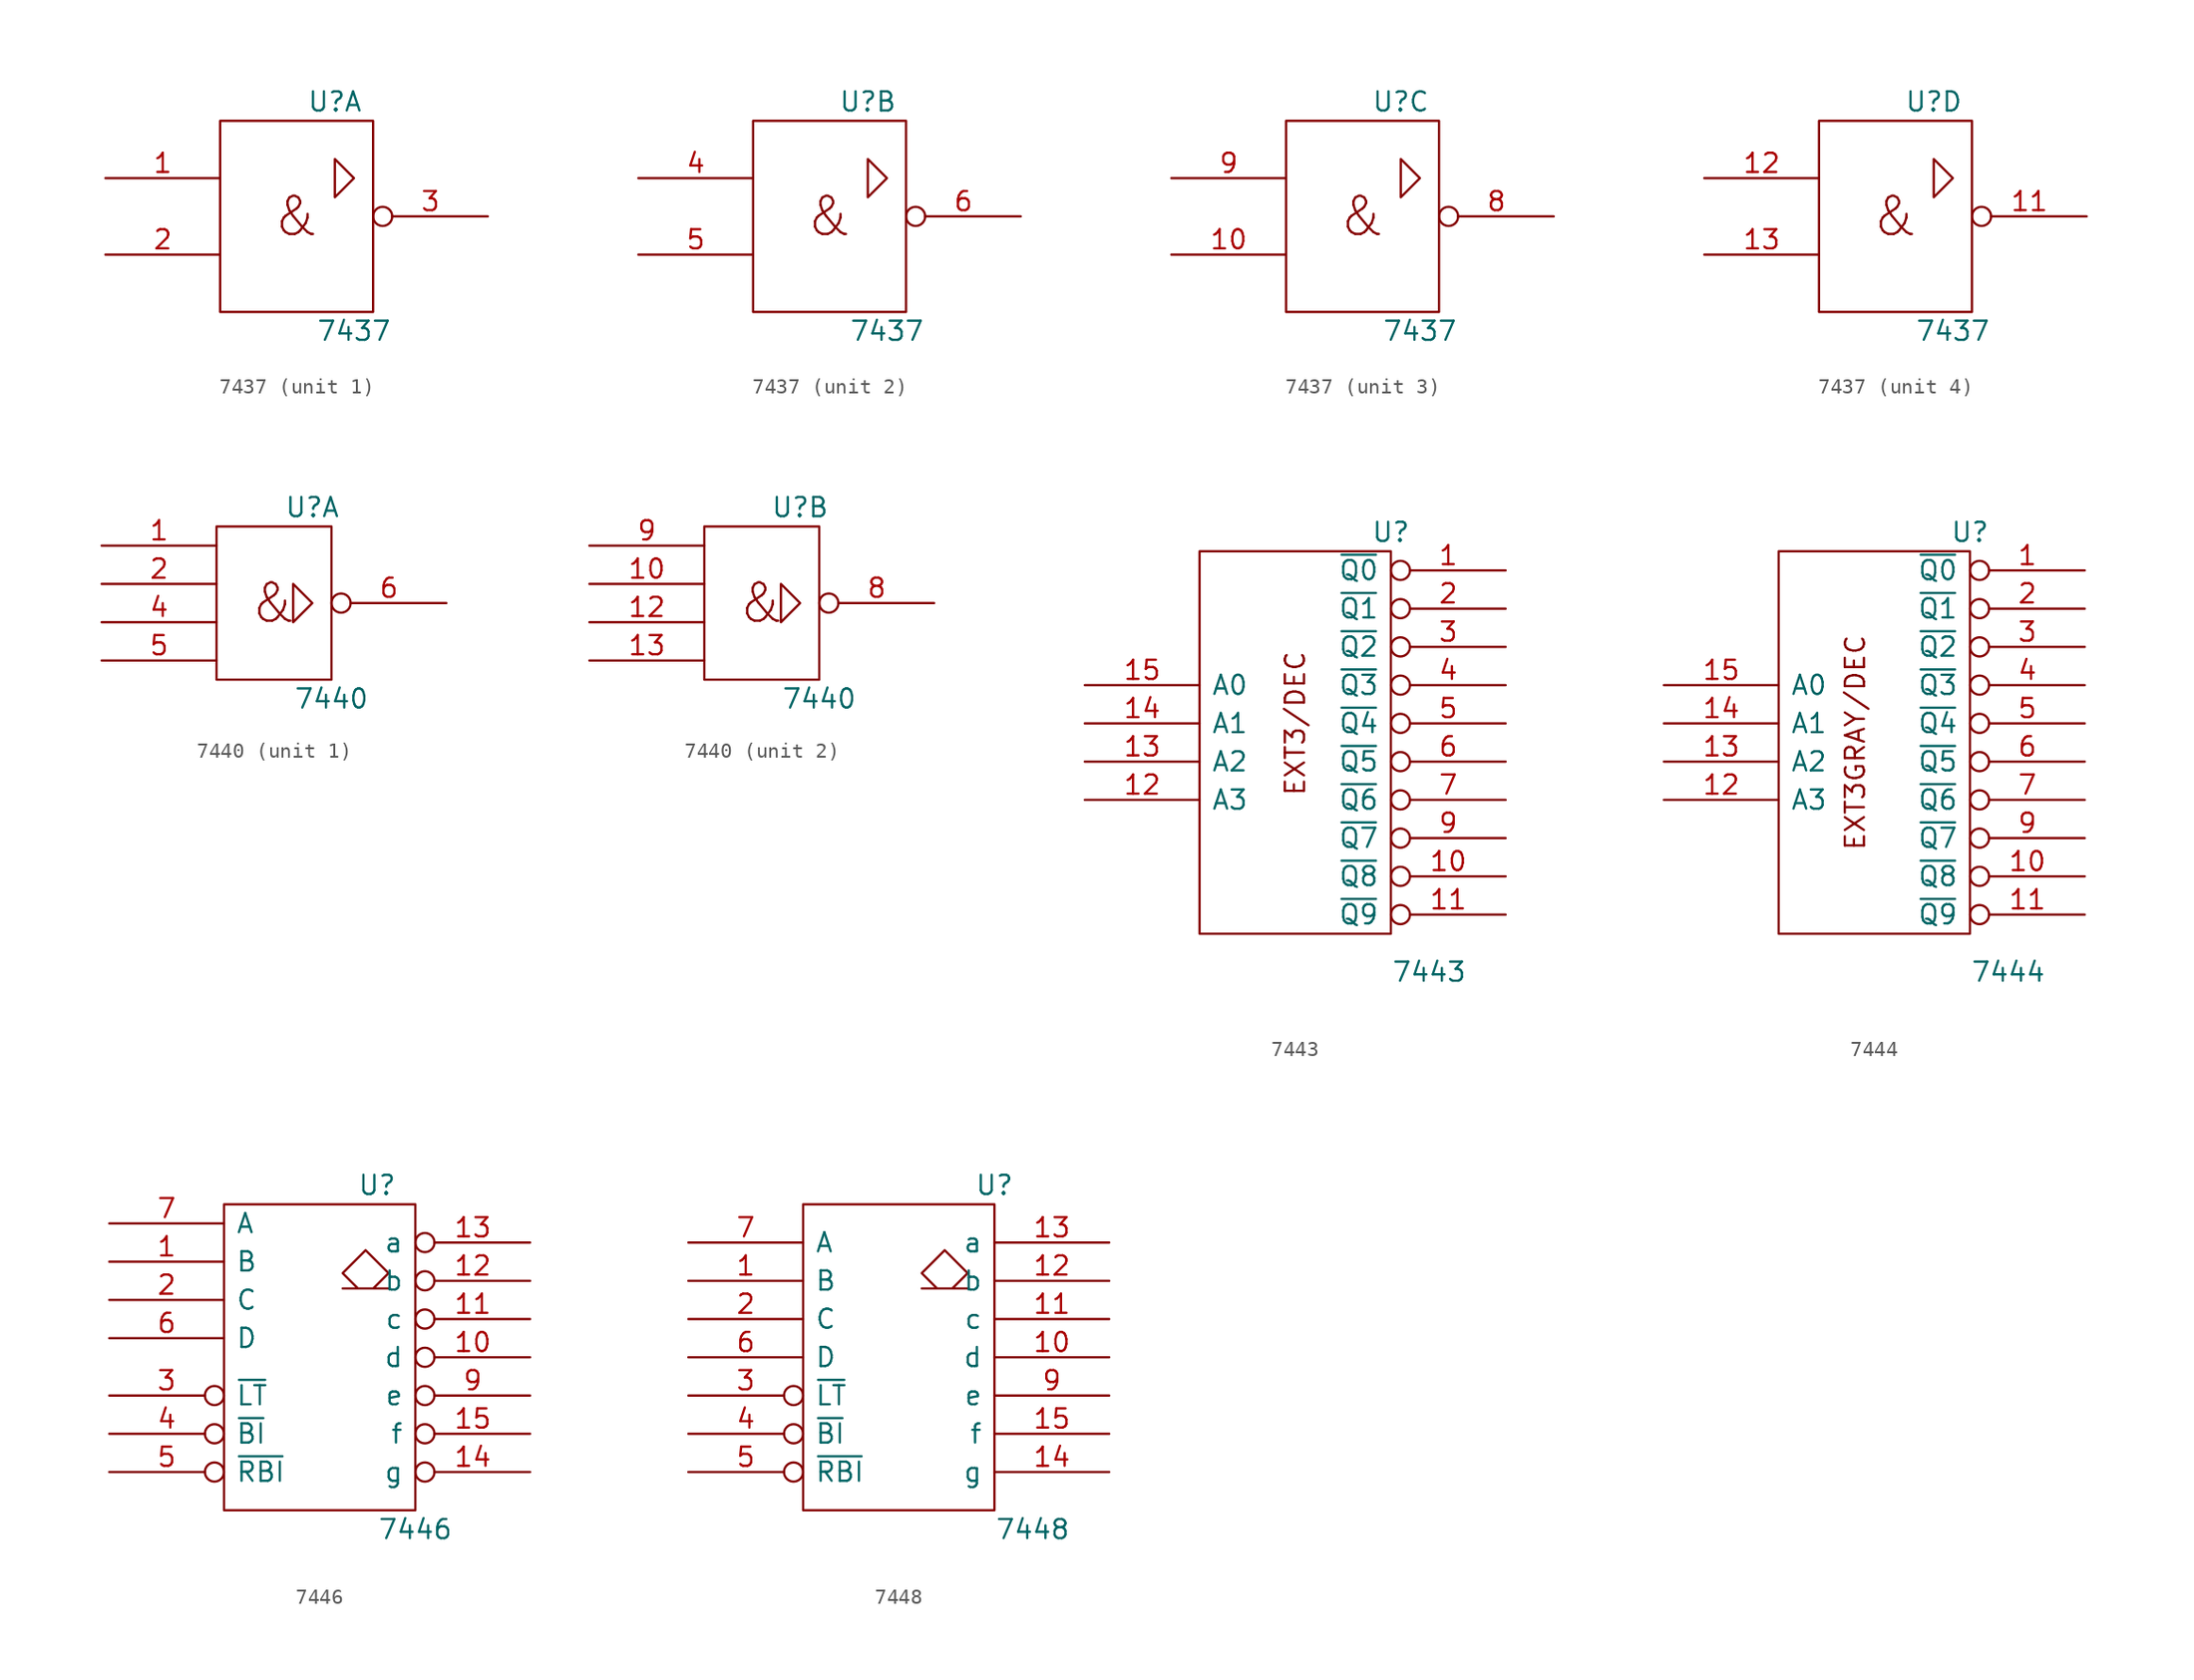
<source format=kicad_sym>
(kicad_symbol_lib
  (version 20211014)
  (generator kicad_symbol_editor)
  (symbol "7437"
    (pin_names
      (offset 0.762))
    (property "Reference" "U"
      (at 2.54 7.62 0)
      (effects (font (size 1.27 1.27))))
    (property "Value" "7437"
      (at 3.81 -7.62 0)
      (effects (font (size 1.27 1.27))))
    (symbol "7437_0_0"
      (polyline (pts (xy 2.54 3.81) (xy 2.54 1.27) (xy 3.81 2.54) (xy 2.54 3.81) (xy 2.54 3.81)) (stroke (width 0) (type default) (color 0 0 0 0)) (fill (type none)))
      (text "&" (at 0 0 0) (effects (font (size 2.54 2.54))))
      (pin power_in line (at 0 -6.35 90) (length 0) hide (name "GND" (effects (font (size 1.27 1.27)))) (number "7" (effects (font (size 1.27 1.27))))))
    (symbol "7437_0_1"
      (rectangle (start -5.08 6.35) (end 5.08 -6.35) (stroke (width 0) (type default) (color 0 0 0 0)) (fill (type none)))
      (pin power_in line (at 0 6.35 270) (length 0) hide (name "Vcc" (effects (font (size 1.27 1.27)))) (number "14" (effects (font (size 1.27 1.27))))))
    (symbol "7437_1_1"
      (pin input line (at -12.7 2.54 0) (length 7.62) (name "~" (effects (font (size 1.27 1.27)))) (number "1" (effects (font (size 1.27 1.27)))))
      (pin input line (at -12.7 -2.54 0) (length 7.62) (name "~" (effects (font (size 1.27 1.27)))) (number "2" (effects (font (size 1.27 1.27)))))
      (pin output inverted (at 12.7 0 180) (length 7.62) (name "~" (effects (font (size 1.27 1.27)))) (number "3" (effects (font (size 1.27 1.27))))))
    (symbol "7437_2_1"
      (pin input line (at -12.7 2.54 0) (length 7.62) (name "~" (effects (font (size 1.27 1.27)))) (number "4" (effects (font (size 1.27 1.27)))))
      (pin input line (at -12.7 -2.54 0) (length 7.62) (name "~" (effects (font (size 1.27 1.27)))) (number "5" (effects (font (size 1.27 1.27)))))
      (pin output inverted (at 12.7 0 180) (length 7.62) (name "~" (effects (font (size 1.27 1.27)))) (number "6" (effects (font (size 1.27 1.27))))))
    (symbol "7437_3_1"
      (pin input line (at -12.7 -2.54 0) (length 7.62) (name "~" (effects (font (size 1.27 1.27)))) (number "10" (effects (font (size 1.27 1.27)))))
      (pin output inverted (at 12.7 0 180) (length 7.62) (name "~" (effects (font (size 1.27 1.27)))) (number "8" (effects (font (size 1.27 1.27)))))
      (pin input line (at -12.7 2.54 0) (length 7.62) (name "~" (effects (font (size 1.27 1.27)))) (number "9" (effects (font (size 1.27 1.27))))))
    (symbol "7437_4_1"
      (pin output inverted (at 12.7 0 180) (length 7.62) (name "~" (effects (font (size 1.27 1.27)))) (number "11" (effects (font (size 1.27 1.27)))))
      (pin input line (at -12.7 2.54 0) (length 7.62) (name "~" (effects (font (size 1.27 1.27)))) (number "12" (effects (font (size 1.27 1.27)))))
      (pin input line (at -12.7 -2.54 0) (length 7.62) (name "~" (effects (font (size 1.27 1.27)))) (number "13" (effects (font (size 1.27 1.27)))))))
  (symbol "7440"
    (pin_names
      (offset 0.762))
    (property "Reference" "U"
      (at 2.54 6.35 0)
      (effects (font (size 1.27 1.27))))
    (property "Value" "7440"
      (at 3.81 -6.35 0)
      (effects (font (size 1.27 1.27))))
    (symbol "7440_0_0"
      (text "&" (at 0 0 0) (effects (font (size 2.54 2.54)))))
    (symbol "7440_0_1"
      (rectangle (start -3.81 5.08) (end 3.81 -5.08) (stroke (width 0) (type default) (color 0 0 0 0)) (fill (type none)))
      (polyline (pts (xy 1.27 1.27) (xy 1.27 -1.27) (xy 2.54 0) (xy 1.27 1.27) (xy 1.27 1.27)) (stroke (width 0) (type default) (color 0 0 0 0)) (fill (type none)))
      (pin power_in line (at 0 5.08 270) (length 0) hide (name "Vcc" (effects (font (size 1.27 1.27)))) (number "14" (effects (font (size 1.27 1.27)))))
      (pin power_in line (at 0 -5.08 90) (length 0) hide (name "Gnd" (effects (font (size 1.27 1.27)))) (number "7" (effects (font (size 1.27 1.27))))))
    (symbol "7440_1_1"
      (pin input line (at -11.43 3.81 0) (length 7.62) (name "~" (effects (font (size 1.27 1.27)))) (number "1" (effects (font (size 1.27 1.27)))))
      (pin input line (at -11.43 1.27 0) (length 7.62) (name "~" (effects (font (size 1.27 1.27)))) (number "2" (effects (font (size 1.27 1.27)))))
      (pin input line (at -11.43 -1.27 0) (length 7.62) (name "~" (effects (font (size 1.27 1.27)))) (number "4" (effects (font (size 1.27 1.27)))))
      (pin input line (at -11.43 -3.81 0) (length 7.62) (name "~" (effects (font (size 1.27 1.27)))) (number "5" (effects (font (size 1.27 1.27)))))
      (pin output inverted (at 11.43 0 180) (length 7.62) (name "~" (effects (font (size 1.27 1.27)))) (number "6" (effects (font (size 1.27 1.27))))))
    (symbol "7440_2_1"
      (pin input line (at -11.43 1.27 0) (length 7.62) (name "~" (effects (font (size 1.27 1.27)))) (number "10" (effects (font (size 1.27 1.27)))))
      (pin input line (at -11.43 -1.27 0) (length 7.62) (name "~" (effects (font (size 1.27 1.27)))) (number "12" (effects (font (size 1.27 1.27)))))
      (pin input line (at -11.43 -3.81 0) (length 7.62) (name "~" (effects (font (size 1.27 1.27)))) (number "13" (effects (font (size 1.27 1.27)))))
      (pin output inverted (at 11.43 0 180) (length 7.62) (name "~" (effects (font (size 1.27 1.27)))) (number "8" (effects (font (size 1.27 1.27)))))
      (pin input line (at -11.43 3.81 0) (length 7.62) (name "~" (effects (font (size 1.27 1.27)))) (number "9" (effects (font (size 1.27 1.27)))))))
  (symbol "7443"
    (pin_names
      (offset 0.762))
    (property "Reference" "U"
      (at 6.35 13.97 0)
      (effects (font (size 1.27 1.27))))
    (property "Value" "7443"
      (at 8.89 -15.24 0)
      (effects (font (size 1.27 1.27))))
    (symbol "7443_0_0"
      (rectangle (start -6.35 12.7) (end 6.35 -12.7) (stroke (width 0) (type default) (color 0 0 0 0)) (fill (type none)))
      (text "EXT3/DEC" (at 0 1.27 900) (effects (font (size 1.27 1.27))))
      (pin power_in line (at 0 12.7 270) (length 0) hide (name "VCC" (effects (font (size 1.27 1.27)))) (number "16" (effects (font (size 1.27 1.27)))))
      (pin power_in line (at 0 -12.7 90) (length 0) hide (name "GND" (effects (font (size 1.27 1.27)))) (number "8" (effects (font (size 1.27 1.27))))))
    (symbol "7443_1_1"
      (pin output inverted (at 13.97 11.43 180) (length 7.62) (name "~{Q0}" (effects (font (size 1.27 1.27)))) (number "1" (effects (font (size 1.27 1.27)))))
      (pin output inverted (at 13.97 -8.89 180) (length 7.62) (name "~{Q8}" (effects (font (size 1.27 1.27)))) (number "10" (effects (font (size 1.27 1.27)))))
      (pin output inverted (at 13.97 -11.43 180) (length 7.62) (name "~{Q9}" (effects (font (size 1.27 1.27)))) (number "11" (effects (font (size 1.27 1.27)))))
      (pin input line (at -13.97 -3.81 0) (length 7.62) (name "A3" (effects (font (size 1.27 1.27)))) (number "12" (effects (font (size 1.27 1.27)))))
      (pin input line (at -13.97 -1.27 0) (length 7.62) (name "A2" (effects (font (size 1.27 1.27)))) (number "13" (effects (font (size 1.27 1.27)))))
      (pin input line (at -13.97 1.27 0) (length 7.62) (name "A1" (effects (font (size 1.27 1.27)))) (number "14" (effects (font (size 1.27 1.27)))))
      (pin input line (at -13.97 3.81 0) (length 7.62) (name "A0" (effects (font (size 1.27 1.27)))) (number "15" (effects (font (size 1.27 1.27)))))
      (pin output inverted (at 13.97 8.89 180) (length 7.62) (name "~{Q1}" (effects (font (size 1.27 1.27)))) (number "2" (effects (font (size 1.27 1.27)))))
      (pin output inverted (at 13.97 6.35 180) (length 7.62) (name "~{Q2}" (effects (font (size 1.27 1.27)))) (number "3" (effects (font (size 1.27 1.27)))))
      (pin output inverted (at 13.97 3.81 180) (length 7.62) (name "~{Q3}" (effects (font (size 1.27 1.27)))) (number "4" (effects (font (size 1.27 1.27)))))
      (pin output inverted (at 13.97 1.27 180) (length 7.62) (name "~{Q4}" (effects (font (size 1.27 1.27)))) (number "5" (effects (font (size 1.27 1.27)))))
      (pin output inverted (at 13.97 -1.27 180) (length 7.62) (name "~{Q5}" (effects (font (size 1.27 1.27)))) (number "6" (effects (font (size 1.27 1.27)))))
      (pin output inverted (at 13.97 -3.81 180) (length 7.62) (name "~{Q6}" (effects (font (size 1.27 1.27)))) (number "7" (effects (font (size 1.27 1.27)))))
      (pin output inverted (at 13.97 -6.35 180) (length 7.62) (name "~{Q7}" (effects (font (size 1.27 1.27)))) (number "9" (effects (font (size 1.27 1.27)))))))
  (symbol "7444"
    (pin_names
      (offset 0.762))
    (property "Reference" "U"
      (at 6.35 13.97 0)
      (effects (font (size 1.27 1.27))))
    (property "Value" "7444"
      (at 8.89 -15.24 0)
      (effects (font (size 1.27 1.27))))
    (symbol "7444_0_0"
      (rectangle (start -6.35 12.7) (end 6.35 -12.7) (stroke (width 0) (type default) (color 0 0 0 0)) (fill (type none)))
      (text "EXT3GRAY/DEC" (at -1.27 0 900) (effects (font (size 1.27 1.27))))
      (pin power_in line (at 0 12.7 270) (length 0) hide (name "VCC" (effects (font (size 1.27 1.27)))) (number "16" (effects (font (size 1.27 1.27)))))
      (pin power_in line (at 0 -12.7 90) (length 0) hide (name "GND" (effects (font (size 1.27 1.27)))) (number "8" (effects (font (size 1.27 1.27))))))
    (symbol "7444_1_1"
      (pin output inverted (at 13.97 11.43 180) (length 7.62) (name "~{Q0}" (effects (font (size 1.27 1.27)))) (number "1" (effects (font (size 1.27 1.27)))))
      (pin output inverted (at 13.97 -8.89 180) (length 7.62) (name "~{Q8}" (effects (font (size 1.27 1.27)))) (number "10" (effects (font (size 1.27 1.27)))))
      (pin output inverted (at 13.97 -11.43 180) (length 7.62) (name "~{Q9}" (effects (font (size 1.27 1.27)))) (number "11" (effects (font (size 1.27 1.27)))))
      (pin input line (at -13.97 -3.81 0) (length 7.62) (name "A3" (effects (font (size 1.27 1.27)))) (number "12" (effects (font (size 1.27 1.27)))))
      (pin input line (at -13.97 -1.27 0) (length 7.62) (name "A2" (effects (font (size 1.27 1.27)))) (number "13" (effects (font (size 1.27 1.27)))))
      (pin input line (at -13.97 1.27 0) (length 7.62) (name "A1" (effects (font (size 1.27 1.27)))) (number "14" (effects (font (size 1.27 1.27)))))
      (pin input line (at -13.97 3.81 0) (length 7.62) (name "A0" (effects (font (size 1.27 1.27)))) (number "15" (effects (font (size 1.27 1.27)))))
      (pin output inverted (at 13.97 8.89 180) (length 7.62) (name "~{Q1}" (effects (font (size 1.27 1.27)))) (number "2" (effects (font (size 1.27 1.27)))))
      (pin output inverted (at 13.97 6.35 180) (length 7.62) (name "~{Q2}" (effects (font (size 1.27 1.27)))) (number "3" (effects (font (size 1.27 1.27)))))
      (pin output inverted (at 13.97 3.81 180) (length 7.62) (name "~{Q3}" (effects (font (size 1.27 1.27)))) (number "4" (effects (font (size 1.27 1.27)))))
      (pin output inverted (at 13.97 1.27 180) (length 7.62) (name "~{Q4}" (effects (font (size 1.27 1.27)))) (number "5" (effects (font (size 1.27 1.27)))))
      (pin output inverted (at 13.97 -1.27 180) (length 7.62) (name "~{Q5}" (effects (font (size 1.27 1.27)))) (number "6" (effects (font (size 1.27 1.27)))))
      (pin output inverted (at 13.97 -3.81 180) (length 7.62) (name "~{Q6}" (effects (font (size 1.27 1.27)))) (number "7" (effects (font (size 1.27 1.27)))))
      (pin output inverted (at 13.97 -6.35 180) (length 7.62) (name "~{Q7}" (effects (font (size 1.27 1.27)))) (number "9" (effects (font (size 1.27 1.27)))))))
  (symbol "7446"
    (pin_names
      (offset 0.762))
    (property "Reference" "U"
      (at 3.81 11.43 0)
      (effects (font (size 1.27 1.27))))
    (property "Value" "7446"
      (at 6.35 -11.43 0)
      (effects (font (size 1.27 1.27))))
    (symbol "7446_0_0"
      (rectangle (start -6.35 10.16) (end 6.35 -10.16) (stroke (width 0) (type default) (color 0 0 0 0)) (fill (type none)))
      (polyline (pts (xy 3.556 4.572) (xy 4.572 5.588) (xy 3.048 7.112) (xy 1.524 5.588) (xy 2.54 4.572) (xy 1.524 4.572) (xy 4.572 4.572) (xy 4.572 4.572)) (stroke (width 0) (type default) (color 0 0 0 0)) (fill (type none)))
      (pin power_in line (at 0 10.16 270) (length 0) hide (name "VCC" (effects (font (size 1.27 1.27)))) (number "16" (effects (font (size 1.27 1.27)))))
      (pin power_in line (at 0 -10.16 90) (length 0) hide (name "GND" (effects (font (size 1.27 1.27)))) (number "8" (effects (font (size 1.27 1.27))))))
    (symbol "7446_1_1"
      (pin input line (at -13.97 6.35 0) (length 7.62) (name "B" (effects (font (size 1.27 1.27)))) (number "1" (effects (font (size 1.27 1.27)))))
      (pin open_collector inverted (at 13.97 0 180) (length 7.62) (name "d" (effects (font (size 1.27 1.27)))) (number "10" (effects (font (size 1.27 1.27)))))
      (pin open_collector inverted (at 13.97 2.54 180) (length 7.62) (name "c" (effects (font (size 1.27 1.27)))) (number "11" (effects (font (size 1.27 1.27)))))
      (pin open_collector inverted (at 13.97 5.08 180) (length 7.62) (name "b" (effects (font (size 1.27 1.27)))) (number "12" (effects (font (size 1.27 1.27)))))
      (pin open_collector inverted (at 13.97 7.62 180) (length 7.62) (name "a" (effects (font (size 1.27 1.27)))) (number "13" (effects (font (size 1.27 1.27)))))
      (pin open_collector inverted (at 13.97 -7.62 180) (length 7.62) (name "g" (effects (font (size 1.27 1.27)))) (number "14" (effects (font (size 1.27 1.27)))))
      (pin open_collector inverted (at 13.97 -5.08 180) (length 7.62) (name "f" (effects (font (size 1.27 1.27)))) (number "15" (effects (font (size 1.27 1.27)))))
      (pin input line (at -13.97 3.81 0) (length 7.62) (name "C" (effects (font (size 1.27 1.27)))) (number "2" (effects (font (size 1.27 1.27)))))
      (pin input inverted (at -13.97 -2.54 0) (length 7.62) (name "~{LT}" (effects (font (size 1.27 1.27)))) (number "3" (effects (font (size 1.27 1.27)))))
      (pin input inverted (at -13.97 -5.08 0) (length 7.62) (name "~{BI}" (effects (font (size 1.27 1.27)))) (number "4" (effects (font (size 1.27 1.27)))))
      (pin input inverted (at -13.97 -7.62 0) (length 7.62) (name "~{RBI}" (effects (font (size 1.27 1.27)))) (number "5" (effects (font (size 1.27 1.27)))))
      (pin input line (at -13.97 1.27 0) (length 7.62) (name "D" (effects (font (size 1.27 1.27)))) (number "6" (effects (font (size 1.27 1.27)))))
      (pin input line (at -13.97 8.89 0) (length 7.62) (name "A" (effects (font (size 1.27 1.27)))) (number "7" (effects (font (size 1.27 1.27)))))
      (pin open_collector inverted (at 13.97 -2.54 180) (length 7.62) (name "e" (effects (font (size 1.27 1.27)))) (number "9" (effects (font (size 1.27 1.27)))))))
  (symbol "7448"
    (pin_names
      (offset 0.762))
    (property "Reference" "U"
      (at 6.35 11.43 0)
      (effects (font (size 1.27 1.27))))
    (property "Value" "7448"
      (at 8.89 -11.43 0)
      (effects (font (size 1.27 1.27))))
    (symbol "7448_0_0"
      (rectangle (start -6.35 10.16) (end 6.35 -10.16) (stroke (width 0) (type default) (color 0 0 0 0)) (fill (type none)))
      (polyline (pts (xy 3.556 4.572) (xy 4.572 5.588) (xy 3.048 7.112) (xy 1.524 5.588) (xy 2.54 4.572) (xy 1.524 4.572) (xy 4.572 4.572) (xy 4.572 4.572)) (stroke (width 0) (type default) (color 0 0 0 0)) (fill (type none)))
      (pin power_in line (at 0 10.16 270) (length 0) hide (name "VCC" (effects (font (size 1.27 1.27)))) (number "16" (effects (font (size 1.27 1.27)))))
      (pin power_in line (at 0 -10.16 90) (length 0) hide (name "GND" (effects (font (size 1.27 1.27)))) (number "8" (effects (font (size 1.27 1.27))))))
    (symbol "7448_1_1"
      (pin input line (at -13.97 5.08 0) (length 7.62) (name "B" (effects (font (size 1.27 1.27)))) (number "1" (effects (font (size 1.27 1.27)))))
      (pin open_collector line (at 13.97 0 180) (length 7.62) (name "d" (effects (font (size 1.27 1.27)))) (number "10" (effects (font (size 1.27 1.27)))))
      (pin open_collector line (at 13.97 2.54 180) (length 7.62) (name "c" (effects (font (size 1.27 1.27)))) (number "11" (effects (font (size 1.27 1.27)))))
      (pin open_collector line (at 13.97 5.08 180) (length 7.62) (name "b" (effects (font (size 1.27 1.27)))) (number "12" (effects (font (size 1.27 1.27)))))
      (pin open_collector line (at 13.97 7.62 180) (length 7.62) (name "a" (effects (font (size 1.27 1.27)))) (number "13" (effects (font (size 1.27 1.27)))))
      (pin open_collector line (at 13.97 -7.62 180) (length 7.62) (name "g" (effects (font (size 1.27 1.27)))) (number "14" (effects (font (size 1.27 1.27)))))
      (pin open_collector line (at 13.97 -5.08 180) (length 7.62) (name "f" (effects (font (size 1.27 1.27)))) (number "15" (effects (font (size 1.27 1.27)))))
      (pin input line (at -13.97 2.54 0) (length 7.62) (name "C" (effects (font (size 1.27 1.27)))) (number "2" (effects (font (size 1.27 1.27)))))
      (pin input inverted (at -13.97 -2.54 0) (length 7.62) (name "~{LT}" (effects (font (size 1.27 1.27)))) (number "3" (effects (font (size 1.27 1.27)))))
      (pin input inverted (at -13.97 -5.08 0) (length 7.62) (name "~{BI}" (effects (font (size 1.27 1.27)))) (number "4" (effects (font (size 1.27 1.27)))))
      (pin input inverted (at -13.97 -7.62 0) (length 7.62) (name "~{RBI}" (effects (font (size 1.27 1.27)))) (number "5" (effects (font (size 1.27 1.27)))))
      (pin input line (at -13.97 0 0) (length 7.62) (name "D" (effects (font (size 1.27 1.27)))) (number "6" (effects (font (size 1.27 1.27)))))
      (pin input line (at -13.97 7.62 0) (length 7.62) (name "A" (effects (font (size 1.27 1.27)))) (number "7" (effects (font (size 1.27 1.27)))))
      (pin open_collector line (at 13.97 -2.54 180) (length 7.62) (name "e" (effects (font (size 1.27 1.27)))) (number "9" (effects (font (size 1.27 1.27))))))))
</source>
